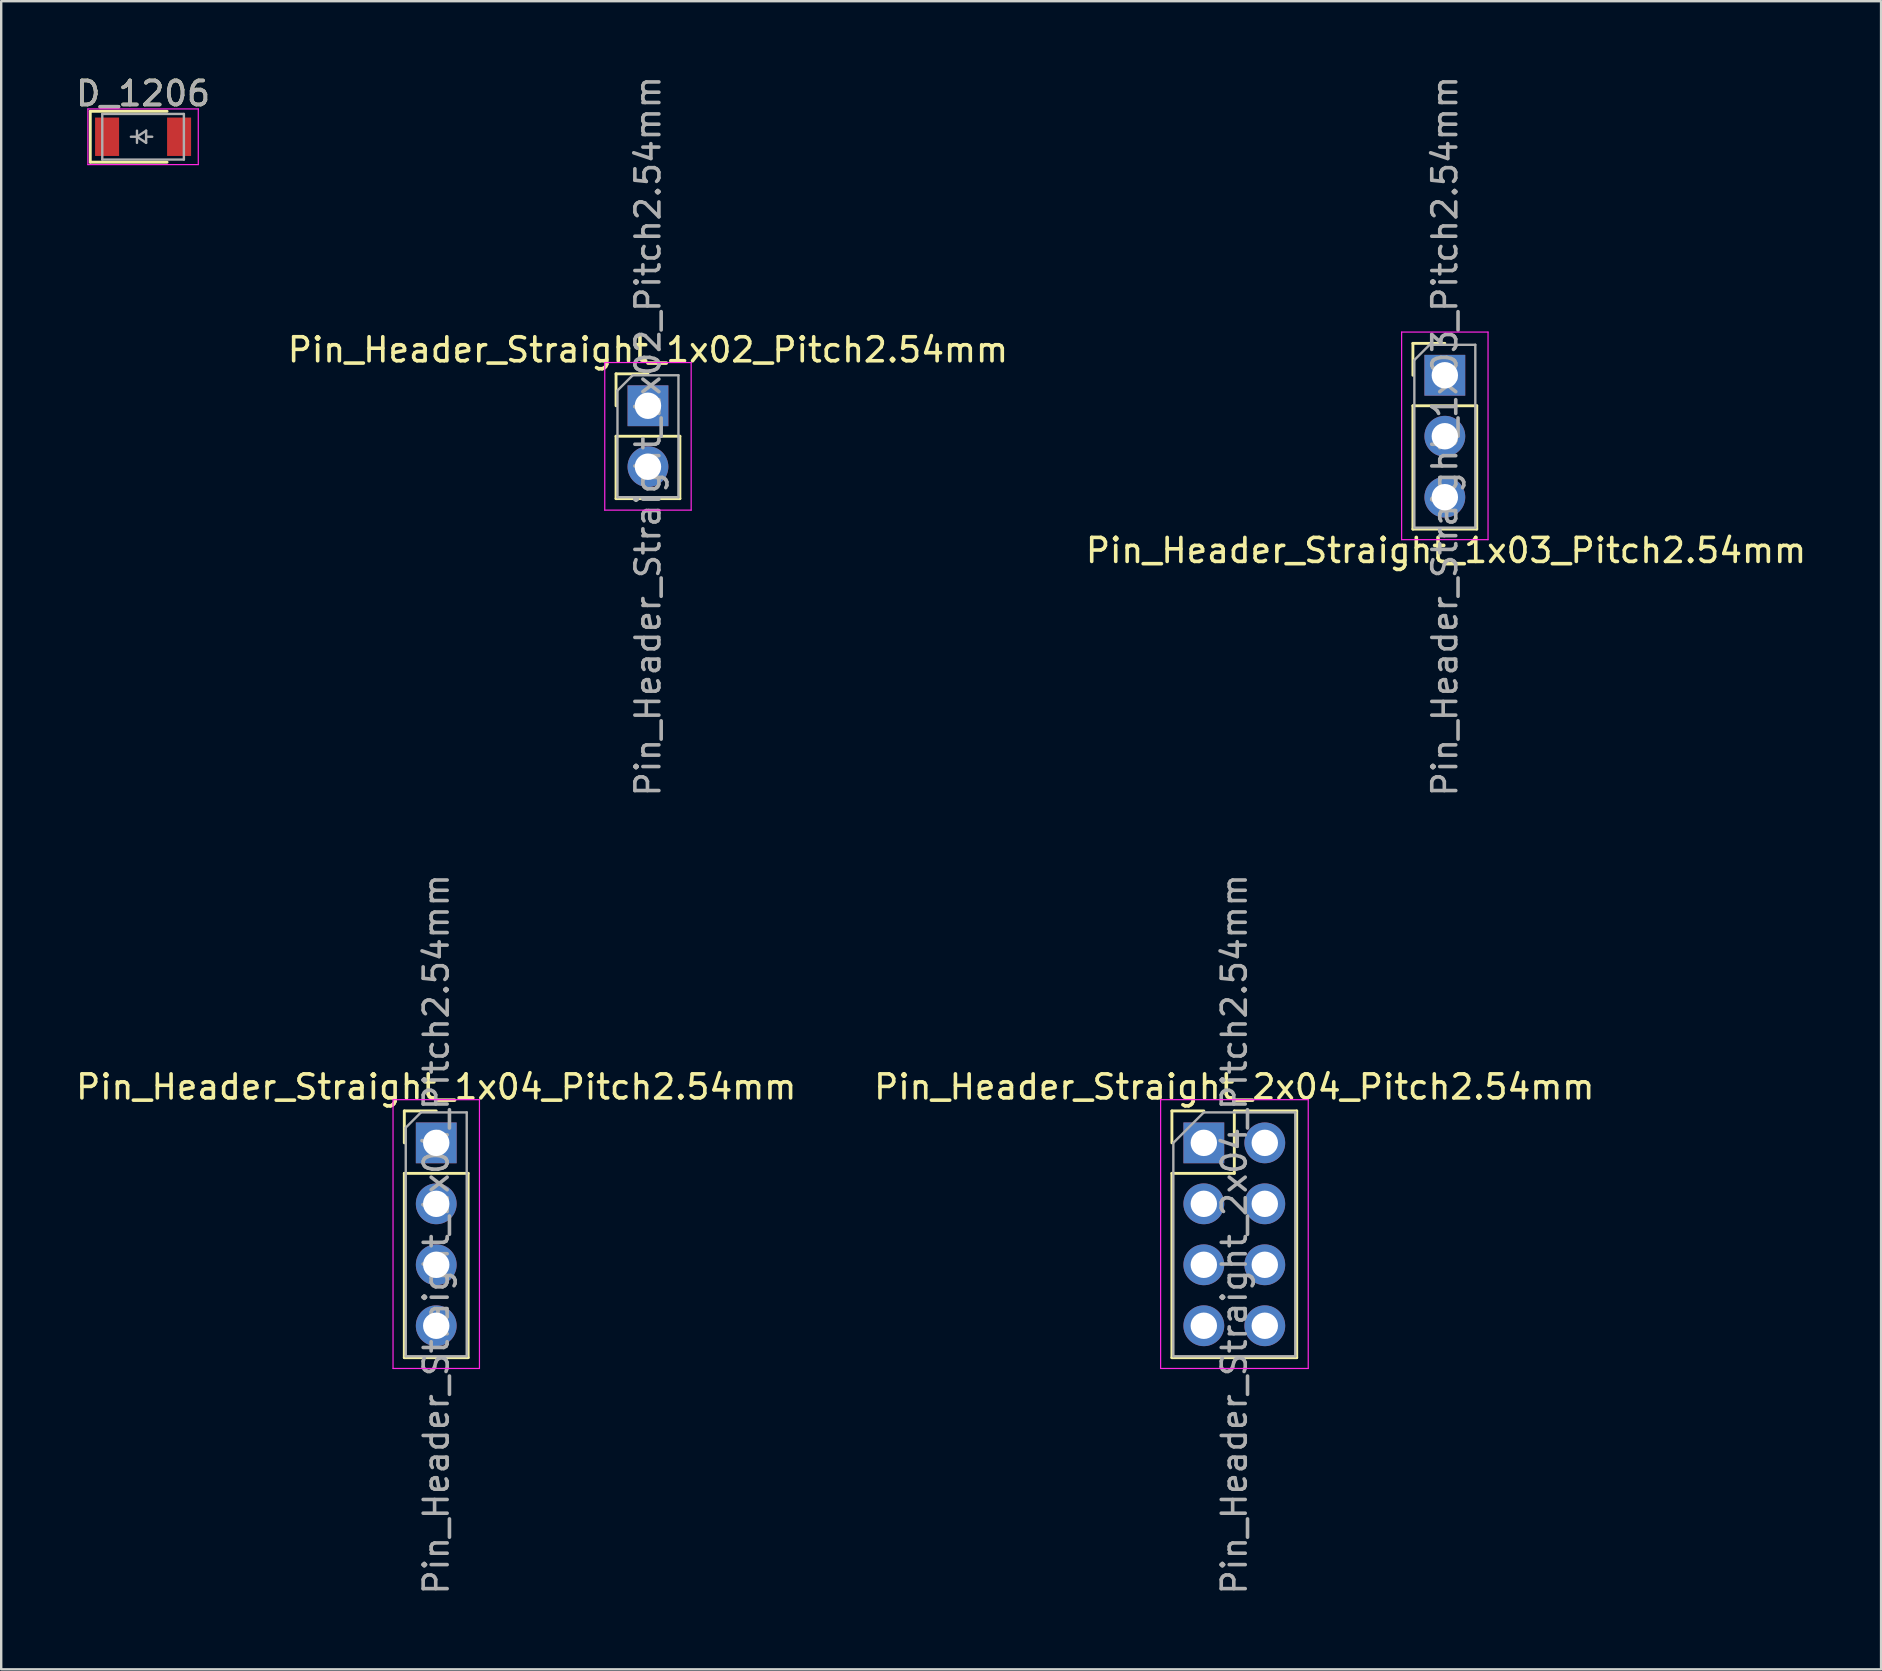
<source format=kicad_pcb>
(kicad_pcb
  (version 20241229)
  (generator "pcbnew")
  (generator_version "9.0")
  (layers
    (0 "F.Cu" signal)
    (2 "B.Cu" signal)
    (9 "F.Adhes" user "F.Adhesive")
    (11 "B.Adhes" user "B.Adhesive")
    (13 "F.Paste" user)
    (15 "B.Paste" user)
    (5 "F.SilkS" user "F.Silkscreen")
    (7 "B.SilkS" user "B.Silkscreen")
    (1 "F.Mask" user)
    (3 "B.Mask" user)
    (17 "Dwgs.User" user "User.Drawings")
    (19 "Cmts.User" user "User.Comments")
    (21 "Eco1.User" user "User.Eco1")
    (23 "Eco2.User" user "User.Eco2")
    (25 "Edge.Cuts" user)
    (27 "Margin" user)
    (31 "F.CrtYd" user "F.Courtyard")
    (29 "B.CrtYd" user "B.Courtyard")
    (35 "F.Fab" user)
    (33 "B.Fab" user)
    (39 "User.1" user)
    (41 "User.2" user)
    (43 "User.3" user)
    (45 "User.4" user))
  (footprint "D_1206"
    (layer "F.Cu")
    (at 2.911 2.648)
    (property "Reference" "D_1206" (at 0 -1.8 0) (layer "F.SilkS") (effects (font (size 1 1) (thickness 0.15))))
    (attr smd)
    (fp_line (start -2.2 -1.06) (end -2.2 1.06) (stroke (width 0.12) (type solid)) (layer "F.SilkS"))
    (fp_line (start -2.2 1.06) (end 1 1.06) (stroke (width 0.12) (type solid)) (layer "F.SilkS"))
    (fp_line (start 1 -1.06) (end -2.2 -1.06) (stroke (width 0.12) (type solid)) (layer "F.SilkS"))
    (fp_line (start -2.3 -1.16) (end -2.3 1.16) (stroke (width 0.05) (type solid)) (layer "F.CrtYd"))
    (fp_line (start -2.3 -1.16) (end 2.3 -1.16) (stroke (width 0.05) (type solid)) (layer "F.CrtYd"))
    (fp_line (start -2.3 1.16) (end 2.3 1.16) (stroke (width 0.05) (type solid)) (layer "F.CrtYd"))
    (fp_line (start 2.3 -1.16) (end 2.3 1.16) (stroke (width 0.05) (type solid)) (layer "F.CrtYd"))
    (fp_line (start -1.7 -0.95) (end 1.7 -0.95) (stroke (width 0.1) (type solid)) (layer "F.Fab"))
    (fp_line (start -1.7 0.95) (end -1.7 -0.95) (stroke (width 0.1) (type solid)) (layer "F.Fab"))
    (fp_line (start -0.254 -0.254) (end -0.254 0.254) (stroke (width 0.1) (type solid)) (layer "F.Fab"))
    (fp_line (start -0.254 0) (end -0.508 0) (stroke (width 0.1) (type solid)) (layer "F.Fab"))
    (fp_line (start -0.254 0) (end 0.127 -0.254) (stroke (width 0.1) (type solid)) (layer "F.Fab"))
    (fp_line (start 0.127 -0.254) (end 0.127 0.254) (stroke (width 0.1) (type solid)) (layer "F.Fab"))
    (fp_line (start 0.127 0) (end 0.381 0) (stroke (width 0.1) (type solid)) (layer "F.Fab"))
    (fp_line (start 0.127 0.254) (end -0.254 0) (stroke (width 0.1) (type solid)) (layer "F.Fab"))
    (fp_line (start 1.7 -0.95) (end 1.7 0.95) (stroke (width 0.1) (type solid)) (layer "F.Fab"))
    (fp_line (start 1.7 0.95) (end -1.7 0.95) (stroke (width 0.1) (type solid)) (layer "F.Fab"))
    (fp_text user "${REFERENCE}" (at 0 -1.8 0) (layer "F.Fab") (effects (font (size 1 1) (thickness 0.15))))
    (pad "1" smd rect (at -1.5 0) (size 1 1.6) (layers "F.Cu" "F.Mask" "F.Paste"))
    (pad "2" smd rect (at 1.5 0) (size 1 1.6) (layers "F.Cu" "F.Mask" "F.Paste")))
  (footprint "Pin_Header_Straight_1x03_Pitch2.54mm"
    (layer "F.Cu")
    (at 57.146 12.585)
    (property "Reference" "Pin_Header_Straight_1x03_Pitch2.54mm" (at 0.05 7.3 0) (layer "F.SilkS") (effects (font (size 1 1) (thickness 0.15))))
    (attr through_hole)
    (fp_line (start -1.33 -1.33) (end 0 -1.33) (stroke (width 0.12) (type solid)) (layer "F.SilkS"))
    (fp_line (start -1.33 0) (end -1.33 -1.33) (stroke (width 0.12) (type solid)) (layer "F.SilkS"))
    (fp_line (start -1.33 1.27) (end -1.33 6.41) (stroke (width 0.12) (type solid)) (layer "F.SilkS"))
    (fp_line (start -1.33 1.27) (end 1.33 1.27) (stroke (width 0.12) (type solid)) (layer "F.SilkS"))
    (fp_line (start -1.33 6.41) (end 1.33 6.41) (stroke (width 0.12) (type solid)) (layer "F.SilkS"))
    (fp_line (start 1.33 1.27) (end 1.33 6.41) (stroke (width 0.12) (type solid)) (layer "F.SilkS"))
    (fp_line (start -1.8 -1.8) (end -1.8 6.85) (stroke (width 0.05) (type solid)) (layer "F.CrtYd"))
    (fp_line (start -1.8 6.85) (end 1.8 6.85) (stroke (width 0.05) (type solid)) (layer "F.CrtYd"))
    (fp_line (start 1.8 -1.8) (end -1.8 -1.8) (stroke (width 0.05) (type solid)) (layer "F.CrtYd"))
    (fp_line (start 1.8 6.85) (end 1.8 -1.8) (stroke (width 0.05) (type solid)) (layer "F.CrtYd"))
    (fp_line (start -1.27 -0.635) (end -0.635 -1.27) (stroke (width 0.1) (type solid)) (layer "F.Fab"))
    (fp_line (start -1.27 6.35) (end -1.27 -0.635) (stroke (width 0.1) (type solid)) (layer "F.Fab"))
    (fp_line (start -0.635 -1.27) (end 1.27 -1.27) (stroke (width 0.1) (type solid)) (layer "F.Fab"))
    (fp_line (start 1.27 -1.27) (end 1.27 6.35) (stroke (width 0.1) (type solid)) (layer "F.Fab"))
    (fp_line (start 1.27 6.35) (end -1.27 6.35) (stroke (width 0.1) (type solid)) (layer "F.Fab"))
    (fp_text user "${REFERENCE}" (at 0 2.54 90) (layer "F.Fab") (effects (font (size 1 1) (thickness 0.15))))
    (pad "1" thru_hole rect (at 0 0) (size 1.7 1.7) (drill 1.1) (layers "*.Cu" "*.Mask"))
    (pad "2" thru_hole oval (at 0 2.54) (size 1.7 1.7) (drill 1.1) (layers "*.Cu" "*.Mask"))
    (pad "3" thru_hole oval (at 0 5.08) (size 1.7 1.7) (drill 1.1) (layers "*.Cu" "*.Mask")))
  (footprint "Pin_Header_Straight_1x02_Pitch2.54mm"
    (layer "F.Cu")
    (at 23.946 13.855)
    (property "Reference" "Pin_Header_Straight_1x02_Pitch2.54mm" (at 0 -2.33 0) (layer "F.SilkS") (effects (font (size 1 1) (thickness 0.15))))
    (attr through_hole)
    (fp_line (start -1.33 -1.33) (end 0 -1.33) (stroke (width 0.12) (type solid)) (layer "F.SilkS"))
    (fp_line (start -1.33 0) (end -1.33 -1.33) (stroke (width 0.12) (type solid)) (layer "F.SilkS"))
    (fp_line (start -1.33 1.27) (end -1.33 3.87) (stroke (width 0.12) (type solid)) (layer "F.SilkS"))
    (fp_line (start -1.33 1.27) (end 1.33 1.27) (stroke (width 0.12) (type solid)) (layer "F.SilkS"))
    (fp_line (start -1.33 3.87) (end 1.33 3.87) (stroke (width 0.12) (type solid)) (layer "F.SilkS"))
    (fp_line (start 1.33 1.27) (end 1.33 3.87) (stroke (width 0.12) (type solid)) (layer "F.SilkS"))
    (fp_line (start -1.8 -1.8) (end -1.8 4.35) (stroke (width 0.05) (type solid)) (layer "F.CrtYd"))
    (fp_line (start -1.8 4.35) (end 1.8 4.35) (stroke (width 0.05) (type solid)) (layer "F.CrtYd"))
    (fp_line (start 1.8 -1.8) (end -1.8 -1.8) (stroke (width 0.05) (type solid)) (layer "F.CrtYd"))
    (fp_line (start 1.8 4.35) (end 1.8 -1.8) (stroke (width 0.05) (type solid)) (layer "F.CrtYd"))
    (fp_line (start -1.27 -0.635) (end -0.635 -1.27) (stroke (width 0.1) (type solid)) (layer "F.Fab"))
    (fp_line (start -1.27 3.81) (end -1.27 -0.635) (stroke (width 0.1) (type solid)) (layer "F.Fab"))
    (fp_line (start -0.635 -1.27) (end 1.27 -1.27) (stroke (width 0.1) (type solid)) (layer "F.Fab"))
    (fp_line (start 1.27 -1.27) (end 1.27 3.81) (stroke (width 0.1) (type solid)) (layer "F.Fab"))
    (fp_line (start 1.27 3.81) (end -1.27 3.81) (stroke (width 0.1) (type solid)) (layer "F.Fab"))
    (fp_text user "${REFERENCE}" (at 0 1.27 90) (layer "F.Fab") (effects (font (size 1 1) (thickness 0.15))))
    (pad "1" thru_hole rect (at 0 0) (size 1.7 1.7) (drill 1.1) (layers "*.Cu" "*.Mask"))
    (pad "2" thru_hole oval (at 0 2.54) (size 1.7 1.7) (drill 1.1) (layers "*.Cu" "*.Mask")))
  (footprint "Pin_Header_Straight_2x04_Pitch2.54mm"
    (layer "F.Cu")
    (at 47.105 44.565)
    (property "Reference" "Pin_Header_Straight_2x04_Pitch2.54mm" (at 1.27 -2.33 0) (layer "F.SilkS") (effects (font (size 1 1) (thickness 0.15))))
    (attr through_hole)
    (fp_line (start -1.33 -1.33) (end 0 -1.33) (stroke (width 0.12) (type solid)) (layer "F.SilkS"))
    (fp_line (start -1.33 0) (end -1.33 -1.33) (stroke (width 0.12) (type solid)) (layer "F.SilkS"))
    (fp_line (start -1.33 1.27) (end -1.33 8.95) (stroke (width 0.12) (type solid)) (layer "F.SilkS"))
    (fp_line (start -1.33 1.27) (end 1.27 1.27) (stroke (width 0.12) (type solid)) (layer "F.SilkS"))
    (fp_line (start -1.33 8.95) (end 3.87 8.95) (stroke (width 0.12) (type solid)) (layer "F.SilkS"))
    (fp_line (start 1.27 -1.33) (end 3.87 -1.33) (stroke (width 0.12) (type solid)) (layer "F.SilkS"))
    (fp_line (start 1.27 1.27) (end 1.27 -1.33) (stroke (width 0.12) (type solid)) (layer "F.SilkS"))
    (fp_line (start 3.87 -1.33) (end 3.87 8.95) (stroke (width 0.12) (type solid)) (layer "F.SilkS"))
    (fp_line (start -1.8 -1.8) (end -1.8 9.4) (stroke (width 0.05) (type solid)) (layer "F.CrtYd"))
    (fp_line (start -1.8 9.4) (end 4.35 9.4) (stroke (width 0.05) (type solid)) (layer "F.CrtYd"))
    (fp_line (start 4.35 -1.8) (end -1.8 -1.8) (stroke (width 0.05) (type solid)) (layer "F.CrtYd"))
    (fp_line (start 4.35 9.4) (end 4.35 -1.8) (stroke (width 0.05) (type solid)) (layer "F.CrtYd"))
    (fp_line (start -1.27 0) (end 0 -1.27) (stroke (width 0.1) (type solid)) (layer "F.Fab"))
    (fp_line (start -1.27 8.89) (end -1.27 0) (stroke (width 0.1) (type solid)) (layer "F.Fab"))
    (fp_line (start 0 -1.27) (end 3.81 -1.27) (stroke (width 0.1) (type solid)) (layer "F.Fab"))
    (fp_line (start 3.81 -1.27) (end 3.81 8.89) (stroke (width 0.1) (type solid)) (layer "F.Fab"))
    (fp_line (start 3.81 8.89) (end -1.27 8.89) (stroke (width 0.1) (type solid)) (layer "F.Fab"))
    (fp_text user "${REFERENCE}" (at 1.27 3.81 90) (layer "F.Fab") (effects (font (size 1 1) (thickness 0.15))))
    (pad "1" thru_hole rect (at 0 0) (size 1.7 1.7) (drill 1.1) (layers "*.Cu" "*.Mask"))
    (pad "2" thru_hole oval (at 2.54 0) (size 1.7 1.7) (drill 1.1) (layers "*.Cu" "*.Mask"))
    (pad "3" thru_hole oval (at 0 2.54) (size 1.7 1.7) (drill 1.1) (layers "*.Cu" "*.Mask"))
    (pad "4" thru_hole oval (at 2.54 2.54) (size 1.7 1.7) (drill 1.1) (layers "*.Cu" "*.Mask"))
    (pad "5" thru_hole oval (at 0 5.08) (size 1.7 1.7) (drill 1.1) (layers "*.Cu" "*.Mask"))
    (pad "6" thru_hole oval (at 2.54 5.08) (size 1.7 1.7) (drill 1.1) (layers "*.Cu" "*.Mask"))
    (pad "7" thru_hole oval (at 0 7.62) (size 1.7 1.7) (drill 1.1) (layers "*.Cu" "*.Mask"))
    (pad "8" thru_hole oval (at 2.54 7.62) (size 1.7 1.7) (drill 1.1) (layers "*.Cu" "*.Mask")))
  (footprint "Pin_Header_Straight_1x04_Pitch2.54mm"
    (layer "F.Cu")
    (at 15.125 44.565)
    (property "Reference" "Pin_Header_Straight_1x04_Pitch2.54mm" (at 0 -2.33 0) (layer "F.SilkS") (effects (font (size 1 1) (thickness 0.15))))
    (attr through_hole)
    (fp_line (start -1.33 -1.33) (end 0 -1.33) (stroke (width 0.12) (type solid)) (layer "F.SilkS"))
    (fp_line (start -1.33 0) (end -1.33 -1.33) (stroke (width 0.12) (type solid)) (layer "F.SilkS"))
    (fp_line (start -1.33 1.27) (end -1.33 8.95) (stroke (width 0.12) (type solid)) (layer "F.SilkS"))
    (fp_line (start -1.33 1.27) (end 1.33 1.27) (stroke (width 0.12) (type solid)) (layer "F.SilkS"))
    (fp_line (start -1.33 8.95) (end 1.33 8.95) (stroke (width 0.12) (type solid)) (layer "F.SilkS"))
    (fp_line (start 1.33 1.27) (end 1.33 8.95) (stroke (width 0.12) (type solid)) (layer "F.SilkS"))
    (fp_line (start -1.8 -1.8) (end -1.8 9.4) (stroke (width 0.05) (type solid)) (layer "F.CrtYd"))
    (fp_line (start -1.8 9.4) (end 1.8 9.4) (stroke (width 0.05) (type solid)) (layer "F.CrtYd"))
    (fp_line (start 1.8 -1.8) (end -1.8 -1.8) (stroke (width 0.05) (type solid)) (layer "F.CrtYd"))
    (fp_line (start 1.8 9.4) (end 1.8 -1.8) (stroke (width 0.05) (type solid)) (layer "F.CrtYd"))
    (fp_line (start -1.27 -0.635) (end -0.635 -1.27) (stroke (width 0.1) (type solid)) (layer "F.Fab"))
    (fp_line (start -1.27 8.89) (end -1.27 -0.635) (stroke (width 0.1) (type solid)) (layer "F.Fab"))
    (fp_line (start -0.635 -1.27) (end 1.27 -1.27) (stroke (width 0.1) (type solid)) (layer "F.Fab"))
    (fp_line (start 1.27 -1.27) (end 1.27 8.89) (stroke (width 0.1) (type solid)) (layer "F.Fab"))
    (fp_line (start 1.27 8.89) (end -1.27 8.89) (stroke (width 0.1) (type solid)) (layer "F.Fab"))
    (fp_text user "${REFERENCE}" (at 0 3.81 90) (layer "F.Fab") (effects (font (size 1 1) (thickness 0.15))))
    (pad "1" thru_hole rect (at 0 0) (size 1.7 1.7) (drill 1.1) (layers "*.Cu" "*.Mask"))
    (pad "2" thru_hole oval (at 0 2.54) (size 1.7 1.7) (drill 1.1) (layers "*.Cu" "*.Mask"))
    (pad "3" thru_hole oval (at 0 5.08) (size 1.7 1.7) (drill 1.1) (layers "*.Cu" "*.Mask"))
    (pad "4" thru_hole oval (at 0 7.62) (size 1.7 1.7) (drill 1.1) (layers "*.Cu" "*.Mask")))
  (gr_rect
    (start -3 -3)
    (end 75.321 66.5)
    (stroke (width 0.1) (type default))
    (fill no)
    (layer "Edge.Cuts")))
</source>
